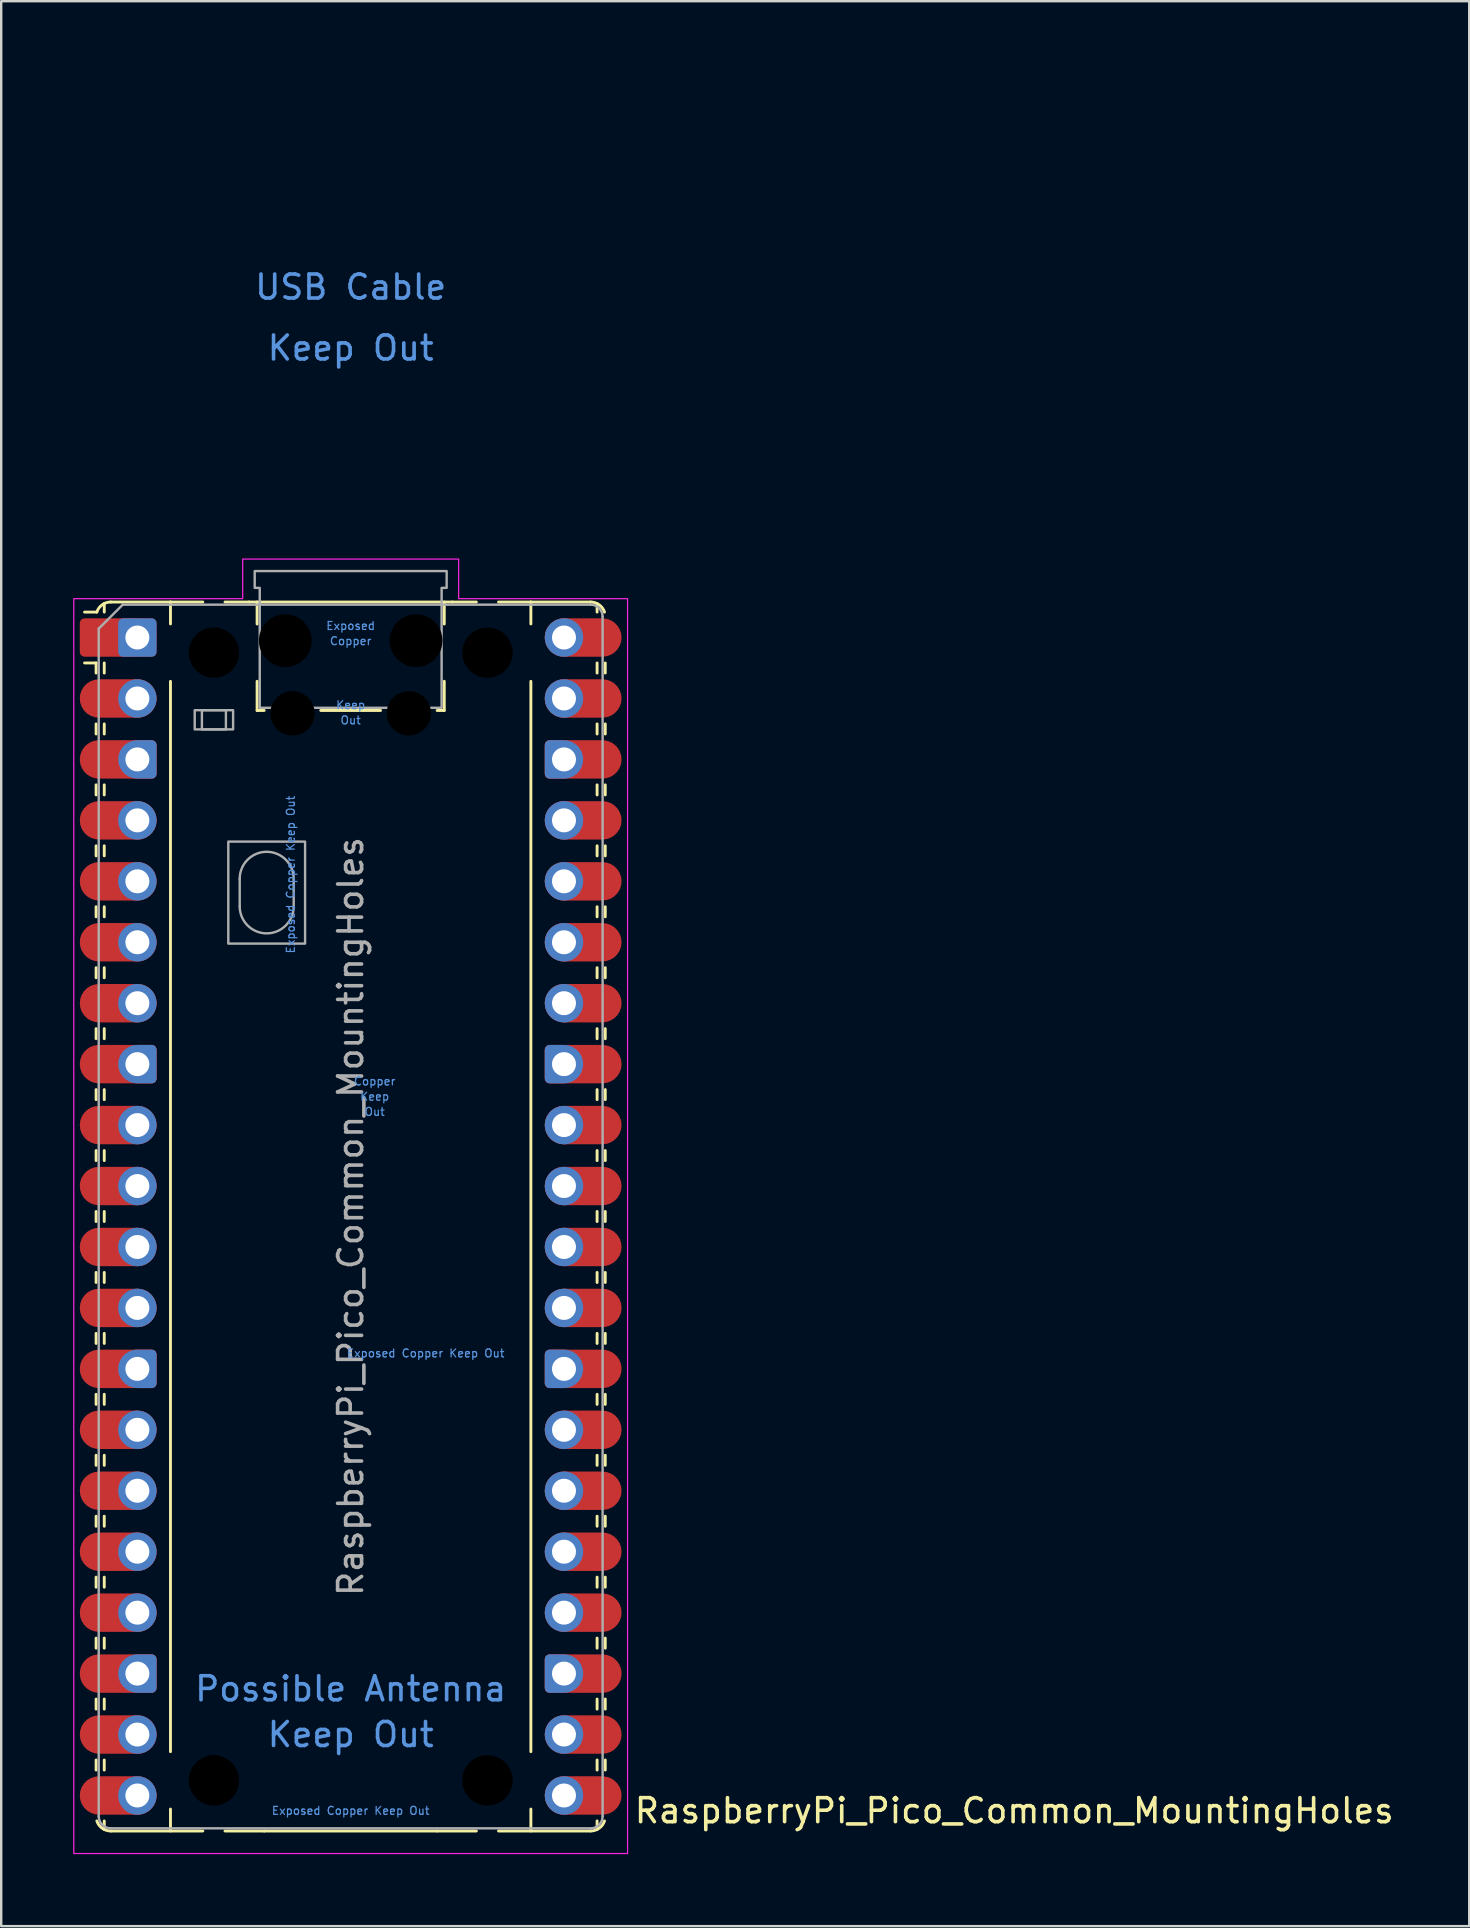
<source format=kicad_pcb>
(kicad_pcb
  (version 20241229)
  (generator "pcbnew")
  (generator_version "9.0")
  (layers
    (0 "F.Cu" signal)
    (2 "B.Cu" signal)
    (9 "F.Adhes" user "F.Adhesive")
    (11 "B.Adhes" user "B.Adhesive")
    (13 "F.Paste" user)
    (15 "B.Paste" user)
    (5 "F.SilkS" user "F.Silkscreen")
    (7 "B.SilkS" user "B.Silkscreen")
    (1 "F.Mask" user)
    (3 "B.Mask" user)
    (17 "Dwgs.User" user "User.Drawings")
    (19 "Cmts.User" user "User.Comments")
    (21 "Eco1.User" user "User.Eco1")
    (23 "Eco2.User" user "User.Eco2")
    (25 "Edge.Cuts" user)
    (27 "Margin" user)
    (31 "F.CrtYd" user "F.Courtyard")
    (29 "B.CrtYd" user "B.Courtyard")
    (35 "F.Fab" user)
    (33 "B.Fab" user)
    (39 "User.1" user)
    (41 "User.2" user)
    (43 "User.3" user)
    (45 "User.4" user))
  (footprint "RaspberryPi_Pico_Common_MountingHoles"
    (layer "F.Cu")
    (at 11.565 47.65)
    (property "Reference" "RaspberryPi_Pico_Common_MountingHoles" (at 11.748 24.765 0) (unlocked yes) (layer "F.SilkS") (effects (font (size 1 1) (thickness 0.15)) (justify left)))
    (attr through_hole)
    (fp_line (start -10.61 -23.07) (end -11.09 -23.07) (stroke (width 0.12) (type solid)) (layer "F.SilkS"))
    (fp_line (start -10.61 -23.07) (end -10.61 -22.65) (stroke (width 0.12) (type solid)) (layer "F.SilkS"))
    (fp_line (start -10.61 -20.53) (end -10.61 -20.11) (stroke (width 0.12) (type solid)) (layer "F.SilkS"))
    (fp_line (start -10.61 -17.99) (end -10.61 -17.57) (stroke (width 0.12) (type solid)) (layer "F.SilkS"))
    (fp_line (start -10.61 -15.45) (end -10.61 -15.03) (stroke (width 0.12) (type solid)) (layer "F.SilkS"))
    (fp_line (start -10.61 -12.91) (end -10.61 -12.49) (stroke (width 0.12) (type solid)) (layer "F.SilkS"))
    (fp_line (start -10.61 -10.37) (end -10.61 -9.95) (stroke (width 0.12) (type solid)) (layer "F.SilkS"))
    (fp_line (start -10.61 -7.83) (end -10.61 -7.41) (stroke (width 0.12) (type solid)) (layer "F.SilkS"))
    (fp_line (start -10.61 -5.29) (end -10.61 -4.87) (stroke (width 0.12) (type solid)) (layer "F.SilkS"))
    (fp_line (start -10.61 -2.75) (end -10.61 -2.33) (stroke (width 0.12) (type solid)) (layer "F.SilkS"))
    (fp_line (start -10.61 -0.21) (end -10.61 0.21) (stroke (width 0.12) (type solid)) (layer "F.SilkS"))
    (fp_line (start -10.61 2.33) (end -10.61 2.75) (stroke (width 0.12) (type solid)) (layer "F.SilkS"))
    (fp_line (start -10.61 4.87) (end -10.61 5.29) (stroke (width 0.12) (type solid)) (layer "F.SilkS"))
    (fp_line (start -10.61 7.41) (end -10.61 7.83) (stroke (width 0.12) (type solid)) (layer "F.SilkS"))
    (fp_line (start -10.61 9.95) (end -10.61 10.37) (stroke (width 0.12) (type solid)) (layer "F.SilkS"))
    (fp_line (start -10.61 12.49) (end -10.61 12.91) (stroke (width 0.12) (type solid)) (layer "F.SilkS"))
    (fp_line (start -10.61 15.03) (end -10.61 15.45) (stroke (width 0.12) (type solid)) (layer "F.SilkS"))
    (fp_line (start -10.61 17.57) (end -10.61 17.99) (stroke (width 0.12) (type solid)) (layer "F.SilkS"))
    (fp_line (start -10.61 20.11) (end -10.61 20.53) (stroke (width 0.12) (type solid)) (layer "F.SilkS"))
    (fp_line (start -10.61 22.65) (end -10.61 23.07) (stroke (width 0.12) (type solid)) (layer "F.SilkS"))
    (fp_line (start -10.58 -25.19) (end -11.09 -25.19) (stroke (width 0.12) (type solid)) (layer "F.SilkS"))
    (fp_line (start -10.27 -25.19) (end -10.27 -25.547) (stroke (width 0.12) (type solid)) (layer "F.SilkS"))
    (fp_line (start -10.27 -23.07) (end -10.27 -22.65) (stroke (width 0.12) (type solid)) (layer "F.SilkS"))
    (fp_line (start -10.27 -20.53) (end -10.27 -20.11) (stroke (width 0.12) (type solid)) (layer "F.SilkS"))
    (fp_line (start -10.27 -17.99) (end -10.27 -17.57) (stroke (width 0.12) (type solid)) (layer "F.SilkS"))
    (fp_line (start -10.27 -15.45) (end -10.27 -15.03) (stroke (width 0.12) (type solid)) (layer "F.SilkS"))
    (fp_line (start -10.27 -12.91) (end -10.27 -12.49) (stroke (width 0.12) (type solid)) (layer "F.SilkS"))
    (fp_line (start -10.27 -10.37) (end -10.27 -9.95) (stroke (width 0.12) (type solid)) (layer "F.SilkS"))
    (fp_line (start -10.27 -7.83) (end -10.27 -7.41) (stroke (width 0.12) (type solid)) (layer "F.SilkS"))
    (fp_line (start -10.27 -5.29) (end -10.27 -4.87) (stroke (width 0.12) (type solid)) (layer "F.SilkS"))
    (fp_line (start -10.27 -2.75) (end -10.27 -2.33) (stroke (width 0.12) (type solid)) (layer "F.SilkS"))
    (fp_line (start -10.27 -0.21) (end -10.27 0.21) (stroke (width 0.12) (type solid)) (layer "F.SilkS"))
    (fp_line (start -10.27 2.33) (end -10.27 2.75) (stroke (width 0.12) (type solid)) (layer "F.SilkS"))
    (fp_line (start -10.27 4.87) (end -10.27 5.29) (stroke (width 0.12) (type solid)) (layer "F.SilkS"))
    (fp_line (start -10.27 7.41) (end -10.27 7.83) (stroke (width 0.12) (type solid)) (layer "F.SilkS"))
    (fp_line (start -10.27 9.95) (end -10.27 10.37) (stroke (width 0.12) (type solid)) (layer "F.SilkS"))
    (fp_line (start -10.27 12.49) (end -10.27 12.91) (stroke (width 0.12) (type solid)) (layer "F.SilkS"))
    (fp_line (start -10.27 15.03) (end -10.27 15.45) (stroke (width 0.12) (type solid)) (layer "F.SilkS"))
    (fp_line (start -10.27 17.57) (end -10.27 17.99) (stroke (width 0.12) (type solid)) (layer "F.SilkS"))
    (fp_line (start -10.27 20.11) (end -10.27 20.53) (stroke (width 0.12) (type solid)) (layer "F.SilkS"))
    (fp_line (start -10.27 22.65) (end -10.27 23.07) (stroke (width 0.12) (type solid)) (layer "F.SilkS"))
    (fp_line (start -10.27 25.19) (end -10.27 25.547) (stroke (width 0.12) (type solid)) (layer "F.SilkS"))
    (fp_line (start -10 -25.61) (end -7.51 -25.61) (stroke (width 0.12) (type solid)) (layer "F.SilkS"))
    (fp_line (start -10 25.61) (end -6.162 25.61) (stroke (width 0.12) (type solid)) (layer "F.SilkS"))
    (fp_line (start -7.51 -25.61) (end -7.51 -24.696) (stroke (width 0.12) (type solid)) (layer "F.SilkS"))
    (fp_line (start -7.51 -25.61) (end -6.162 -25.61) (stroke (width 0.12) (type solid)) (layer "F.SilkS"))
    (fp_line (start -7.51 -22.304) (end -7.51 22.304) (stroke (width 0.12) (type solid)) (layer "F.SilkS"))
    (fp_line (start -7.51 24.696) (end -7.51 25.61) (stroke (width 0.12) (type solid)) (layer "F.SilkS"))
    (fp_line (start -5.238 -25.61) (end -4.235 -25.61) (stroke (width 0.12) (type solid)) (layer "F.SilkS"))
    (fp_line (start -4.235 -25.61) (end 4.235 -25.61) (stroke (width 0.12) (type solid)) (layer "F.SilkS"))
    (fp_line (start -3.9 -25.61) (end -3.9 -24.694) (stroke (width 0.12) (type solid)) (layer "F.SilkS"))
    (fp_line (start -3.9 -22.306) (end -3.9 -21.09) (stroke (width 0.12) (type solid)) (layer "F.SilkS"))
    (fp_line (start -3.9 -21.09) (end -3.604 -21.09) (stroke (width 0.12) (type solid)) (layer "F.SilkS"))
    (fp_line (start -3.6 25.61) (end -5.238 25.61) (stroke (width 0.12) (type solid)) (layer "F.SilkS"))
    (fp_line (start -1.246 -21.09) (end 1.246 -21.09) (stroke (width 0.12) (type solid)) (layer "F.SilkS"))
    (fp_line (start 3.6 25.61) (end -3.6 25.61) (stroke (width 0.12) (type solid)) (layer "F.SilkS"))
    (fp_line (start 3.604 -21.09) (end 3.9 -21.09) (stroke (width 0.12) (type solid)) (layer "F.SilkS"))
    (fp_line (start 3.9 -25.61) (end 3.9 -24.694) (stroke (width 0.12) (type solid)) (layer "F.SilkS"))
    (fp_line (start 3.9 -22.306) (end 3.9 -21.09) (stroke (width 0.12) (type solid)) (layer "F.SilkS"))
    (fp_line (start 4.235 -25.61) (end 5.238 -25.61) (stroke (width 0.12) (type solid)) (layer "F.SilkS"))
    (fp_line (start 5.238 25.61) (end 3.6 25.61) (stroke (width 0.12) (type solid)) (layer "F.SilkS"))
    (fp_line (start 6.162 -25.61) (end 7.51 -25.61) (stroke (width 0.12) (type solid)) (layer "F.SilkS"))
    (fp_line (start 6.162 25.61) (end 10 25.61) (stroke (width 0.12) (type solid)) (layer "F.SilkS"))
    (fp_line (start 7.51 -25.61) (end 7.51 -24.696) (stroke (width 0.12) (type solid)) (layer "F.SilkS"))
    (fp_line (start 7.51 -22.304) (end 7.51 22.304) (stroke (width 0.12) (type solid)) (layer "F.SilkS"))
    (fp_line (start 7.51 24.696) (end 7.51 25.61) (stroke (width 0.12) (type solid)) (layer "F.SilkS"))
    (fp_line (start 10 -25.61) (end 7.51 -25.61) (stroke (width 0.12) (type solid)) (layer "F.SilkS"))
    (fp_line (start 10.27 -25.19) (end 10.27 -25.547) (stroke (width 0.12) (type solid)) (layer "F.SilkS"))
    (fp_line (start 10.27 -23.07) (end 10.27 -22.65) (stroke (width 0.12) (type solid)) (layer "F.SilkS"))
    (fp_line (start 10.27 -20.53) (end 10.27 -20.11) (stroke (width 0.12) (type solid)) (layer "F.SilkS"))
    (fp_line (start 10.27 -17.99) (end 10.27 -17.57) (stroke (width 0.12) (type solid)) (layer "F.SilkS"))
    (fp_line (start 10.27 -15.45) (end 10.27 -15.03) (stroke (width 0.12) (type solid)) (layer "F.SilkS"))
    (fp_line (start 10.27 -12.91) (end 10.27 -12.49) (stroke (width 0.12) (type solid)) (layer "F.SilkS"))
    (fp_line (start 10.27 -10.37) (end 10.27 -9.95) (stroke (width 0.12) (type solid)) (layer "F.SilkS"))
    (fp_line (start 10.27 -7.83) (end 10.27 -7.41) (stroke (width 0.12) (type solid)) (layer "F.SilkS"))
    (fp_line (start 10.27 -5.29) (end 10.27 -4.87) (stroke (width 0.12) (type solid)) (layer "F.SilkS"))
    (fp_line (start 10.27 -2.75) (end 10.27 -2.33) (stroke (width 0.12) (type solid)) (layer "F.SilkS"))
    (fp_line (start 10.27 -0.21) (end 10.27 0.21) (stroke (width 0.12) (type solid)) (layer "F.SilkS"))
    (fp_line (start 10.27 2.33) (end 10.27 2.75) (stroke (width 0.12) (type solid)) (layer "F.SilkS"))
    (fp_line (start 10.27 4.87) (end 10.27 5.29) (stroke (width 0.12) (type solid)) (layer "F.SilkS"))
    (fp_line (start 10.27 7.41) (end 10.27 7.83) (stroke (width 0.12) (type solid)) (layer "F.SilkS"))
    (fp_line (start 10.27 9.95) (end 10.27 10.37) (stroke (width 0.12) (type solid)) (layer "F.SilkS"))
    (fp_line (start 10.27 12.49) (end 10.27 12.91) (stroke (width 0.12) (type solid)) (layer "F.SilkS"))
    (fp_line (start 10.27 15.03) (end 10.27 15.45) (stroke (width 0.12) (type solid)) (layer "F.SilkS"))
    (fp_line (start 10.27 17.57) (end 10.27 17.99) (stroke (width 0.12) (type solid)) (layer "F.SilkS"))
    (fp_line (start 10.27 20.11) (end 10.27 20.53) (stroke (width 0.12) (type solid)) (layer "F.SilkS"))
    (fp_line (start 10.27 22.65) (end 10.27 23.07) (stroke (width 0.12) (type solid)) (layer "F.SilkS"))
    (fp_line (start 10.27 25.19) (end 10.27 25.547) (stroke (width 0.12) (type solid)) (layer "F.SilkS"))
    (fp_line (start 10.61 -23.07) (end 10.61 -22.65) (stroke (width 0.12) (type solid)) (layer "F.SilkS"))
    (fp_line (start 10.61 -20.53) (end 10.61 -20.11) (stroke (width 0.12) (type solid)) (layer "F.SilkS"))
    (fp_line (start 10.61 -17.99) (end 10.61 -17.57) (stroke (width 0.12) (type solid)) (layer "F.SilkS"))
    (fp_line (start 10.61 -15.45) (end 10.61 -15.03) (stroke (width 0.12) (type solid)) (layer "F.SilkS"))
    (fp_line (start 10.61 -12.91) (end 10.61 -12.49) (stroke (width 0.12) (type solid)) (layer "F.SilkS"))
    (fp_line (start 10.61 -10.37) (end 10.61 -9.95) (stroke (width 0.12) (type solid)) (layer "F.SilkS"))
    (fp_line (start 10.61 -7.83) (end 10.61 -7.41) (stroke (width 0.12) (type solid)) (layer "F.SilkS"))
    (fp_line (start 10.61 -5.29) (end 10.61 -4.87) (stroke (width 0.12) (type solid)) (layer "F.SilkS"))
    (fp_line (start 10.61 -2.75) (end 10.61 -2.33) (stroke (width 0.12) (type solid)) (layer "F.SilkS"))
    (fp_line (start 10.61 -0.21) (end 10.61 0.21) (stroke (width 0.12) (type solid)) (layer "F.SilkS"))
    (fp_line (start 10.61 2.33) (end 10.61 2.75) (stroke (width 0.12) (type solid)) (layer "F.SilkS"))
    (fp_line (start 10.61 4.87) (end 10.61 5.29) (stroke (width 0.12) (type solid)) (layer "F.SilkS"))
    (fp_line (start 10.61 7.41) (end 10.61 7.83) (stroke (width 0.12) (type solid)) (layer "F.SilkS"))
    (fp_line (start 10.61 9.95) (end 10.61 10.37) (stroke (width 0.12) (type solid)) (layer "F.SilkS"))
    (fp_line (start 10.61 12.49) (end 10.61 12.91) (stroke (width 0.12) (type solid)) (layer "F.SilkS"))
    (fp_line (start 10.61 15.03) (end 10.61 15.45) (stroke (width 0.12) (type solid)) (layer "F.SilkS"))
    (fp_line (start 10.61 17.57) (end 10.61 17.99) (stroke (width 0.12) (type solid)) (layer "F.SilkS"))
    (fp_line (start 10.61 20.11) (end 10.61 20.53) (stroke (width 0.12) (type solid)) (layer "F.SilkS"))
    (fp_line (start 10.61 22.65) (end 10.61 23.07) (stroke (width 0.12) (type solid)) (layer "F.SilkS"))
    (fp_arc (start -10.579676 -25.19) (mid -10.357938 -25.493944) (end -10 -25.61) (stroke (width 0.12) (type solid)) (layer "F.SilkS"))
    (fp_arc (start -10 25.61) (mid -10.357937 25.493944) (end -10.579676 25.189937) (stroke (width 0.12) (type solid)) (layer "F.SilkS"))
    (fp_arc (start 10 -25.61) (mid 10.357937 -25.493944) (end 10.579676 -25.189937) (stroke (width 0.12) (type solid)) (layer "F.SilkS"))
    (fp_arc (start 10.579676 25.189937) (mid 10.357946 25.493957) (end 10 25.61) (stroke (width 0.12) (type solid)) (layer "F.SilkS"))
    (fp_poly (pts (xy -4.5 -27.4) (xy 4.5 -27.4) (xy 4.5 -25.75) (xy 11.54 -25.75) (xy 11.54 26.55) (xy -11.54 26.55) (xy -11.54 -25.75) (xy -4.5 -25.75)) (stroke (width 0.05) (type solid)) (fill no) (layer "F.CrtYd"))
    (fp_line (start -10.5 -24.5) (end -9.5 -25.5) (stroke (width 0.1) (type solid)) (layer "F.Fab"))
    (fp_line (start -10.5 25) (end -10.5 -24.5) (stroke (width 0.1) (type solid)) (layer "F.Fab"))
    (fp_line (start -9.5 -25.5) (end 10 -25.5) (stroke (width 0.1) (type solid)) (layer "F.Fab"))
    (fp_line (start -4.625 -14.075) (end -4.625 -12.925) (stroke (width 0.1) (type solid)) (layer "F.Fab"))
    (fp_line (start -2.375 -14.075) (end -2.375 -12.925) (stroke (width 0.1) (type solid)) (layer "F.Fab"))
    (fp_line (start 10 25.5) (end -10 25.5) (stroke (width 0.1) (type solid)) (layer "F.Fab"))
    (fp_line (start 10.5 -25) (end 10.5 25) (stroke (width 0.1) (type solid)) (layer "F.Fab"))
    (fp_rect (start -6.5 -21.1) (end -4.9 -20.3) (stroke (width 0.1) (type solid)) (fill no) (layer "F.Fab"))
    (fp_rect (start -6.2 -21.1) (end -5.2 -20.3) (stroke (width 0.1) (type solid)) (fill no) (layer "F.Fab"))
    (fp_rect (start -5.1 -15.625) (end -1.9 -11.375) (stroke (width 0.1) (type solid)) (fill no) (layer "F.Fab"))
    (fp_arc (start -10 25.5) (mid -10.353553 25.353553) (end -10.5 25) (stroke (width 0.1) (type solid)) (layer "F.Fab"))
    (fp_arc (start -4.625 -14.075) (mid -3.5 -15.2) (end -2.375 -14.075) (stroke (width 0.1) (type solid)) (layer "F.Fab"))
    (fp_arc (start -2.375 -12.925) (mid -3.5 -11.8) (end -4.625 -12.925) (stroke (width 0.1) (type solid)) (layer "F.Fab"))
    (fp_arc (start 10 -25.5) (mid 10.353553 -25.353553) (end 10.5 -25) (stroke (width 0.1) (type solid)) (layer "F.Fab"))
    (fp_arc (start 10.5 25) (mid 10.353553 25.353553) (end 10 25.5) (stroke (width 0.1) (type solid)) (layer "F.Fab"))
    (fp_poly (pts (xy 3.79 -21.2) (xy 3.79 -26.2) (xy 4 -26.2) (xy 4 -26.9) (xy -4 -26.9) (xy -4 -26.2) (xy -3.79 -26.2) (xy -3.79 -21.2)) (stroke (width 0.1) (type solid)) (fill no) (layer "F.Fab"))
    (fp_text user "USB Cable" (at 0 -38.735 0) (unlocked yes) (layer "Cmts.User") (effects (font (size 1 1) (thickness 0.15))))
    (fp_text user "Out" (at 1 -4.365 0) (unlocked yes) (layer "Cmts.User") (effects (font (size 0.333 0.333) (thickness 0.05))))
    (fp_text user "Keep" (at 0 -21.317 0) (unlocked yes) (layer "Cmts.User") (effects (font (size 0.333 0.333) (thickness 0.05))))
    (fp_text user "Out" (at 0 -20.683 0) (unlocked yes) (layer "Cmts.User") (effects (font (size 0.333 0.333) (thickness 0.05))))
    (fp_text user "Copper" (at 0 -23.983 0) (unlocked yes) (layer "Cmts.User") (effects (font (size 0.333 0.333) (thickness 0.05))))
    (fp_text user "Exposed" (at 0 -24.617 0) (unlocked yes) (layer "Cmts.User") (effects (font (size 0.333 0.333) (thickness 0.05))))
    (fp_text user "Copper" (at 1 -5.635 0) (unlocked yes) (layer "Cmts.User") (effects (font (size 0.333 0.333) (thickness 0.05))))
    (fp_text user "Exposed Copper Keep Out" (at 3.124 5.7 0) (unlocked yes) (layer "Cmts.User") (effects (font (size 0.333 0.333) (thickness 0.05))))
    (fp_text user "Exposed Copper Keep Out" (at -2.5 -14.25 90) (unlocked yes) (layer "Cmts.User") (effects (font (size 0.333 0.333) (thickness 0.05))))
    (fp_text user "Keep Out" (at 0 -36.195 0) (unlocked yes) (layer "Cmts.User") (effects (font (size 1 1) (thickness 0.15))))
    (fp_text user "Keep Out" (at 0 21.59 0) (unlocked yes) (layer "Cmts.User") (effects (font (size 1 1) (thickness 0.15))))
    (fp_text user "Exposed Copper Keep Out" (at 0 24.765 0) (unlocked yes) (layer "Cmts.User") (effects (font (size 0.333 0.333) (thickness 0.05))))
    (fp_text user "Possible Antenna" (at 0 19.685 0) (unlocked yes) (layer "Cmts.User") (effects (font (size 1 1) (thickness 0.15))))
    (fp_text user "Keep" (at 1 -5 0) (unlocked yes) (layer "Cmts.User") (effects (font (size 0.333 0.333) (thickness 0.05))))
    (fp_text user "${REFERENCE}" (at 0 0 90) (layer "F.Fab") (effects (font (size 1 1) (thickness 0.15))))
    (pad "" np_thru_hole circle (at -5.7 -23.5) (size 3.8 3.8) (drill 2.1) (layers "*.Mask"))
    (pad "" np_thru_hole circle (at -5.7 23.5) (size 3.8 3.8) (drill 2.1) (layers "*.Mask"))
    (pad "" np_thru_hole circle (at -2.725 -24) (size 2.2 2.2) (drill 2.2) (layers "*.Mask"))
    (pad "" np_thru_hole circle (at -2.425 -20.97) (size 1.85 1.85) (drill 1.85) (layers "*.Mask"))
    (pad "" np_thru_hole circle (at 2.425 -20.97) (size 1.85 1.85) (drill 1.85) (layers "*.Mask"))
    (pad "" np_thru_hole circle (at 2.725 -24) (size 2.2 2.2) (drill 2.2) (layers "*.Mask"))
    (pad "" np_thru_hole circle (at 5.7 -23.5) (size 3.8 3.8) (drill 2.1) (layers "*.Mask"))
    (pad "" np_thru_hole circle (at 5.7 23.5) (size 3.8 3.8) (drill 2.1) (layers "*.Mask"))
    (pad "1" thru_hole roundrect (at -8.89 -24.13) (size 1.6 1.6) (drill 1) (layers "*.Cu" "*.Mask") (roundrect_rratio 0.125))
    (pad "1" smd custom (at -8.89 -24.13) (size 1.6 1.6) (layers "F.Cu" "F.Mask") (options (anchor circle)) (primitives (gr_poly (pts (xy -2.4 0.6) (xy -2.4 -0.6) (xy -2.2 -0.8) (xy 0 -0.8) (xy 0 0.8) (xy -2.2 0.8)) (width 0) (fill yes)) (gr_circle (center -2.2 0.6) (end -2 0.6) (width 0) (fill yes)) (gr_circle (center -2.2 -0.6) (end -2 -0.6) (width 0) (fill yes))))
    (pad "2" thru_hole circle (at -8.89 -21.59) (size 1.6 1.6) (drill 1) (layers "*.Cu" "*.Mask"))
    (pad "2" smd roundrect (at -8.89 -21.59) (size 3.2 1.6) (drill (offset -0.8 0)) (layers "F.Cu" "F.Mask") (roundrect_rratio 0.5))
    (pad "3" smd custom (at -8.89 -19.05) (size 1.6 1.6) (layers "F.Cu" "F.Mask") (options (anchor circle)) (primitives (gr_poly (pts (xy 0.8 -0.6) (xy 0.8 0.6) (xy 0.6 0.8) (xy -1.6 0.8) (xy -1.6 -0.8) (xy 0.6 -0.8)) (width 0) (fill yes)) (gr_circle (center 0.6 0.6) (end 0.8 0.6) (width 0) (fill yes)) (gr_circle (center 0.6 -0.6) (end 0.8 -0.6) (width 0) (fill yes)) (gr_circle (center -1.6 0) (end -0.8 0) (width 0) (fill yes))))
    (pad "3" thru_hole custom (at -8.89 -19.05) (size 1.6 1.6) (drill 1) (layers "*.Cu" "*.Mask") (options (anchor circle)) (primitives (gr_poly (pts (xy 0.8 0.6) (xy 0.8 -0.6) (xy 0.6 -0.8) (xy 0 -0.8) (xy 0 0.8) (xy 0.6 0.8)) (width 0) (fill yes)) (gr_circle (center 0.6 0.6) (end 0.8 0.6) (width 0) (fill yes)) (gr_circle (center 0.6 -0.6) (end 0.8 -0.6) (width 0) (fill yes))))
    (pad "4" thru_hole circle (at -8.89 -16.51) (size 1.6 1.6) (drill 1) (layers "*.Cu" "*.Mask"))
    (pad "4" smd roundrect (at -8.89 -16.51) (size 3.2 1.6) (drill (offset -0.8 0)) (layers "F.Cu" "F.Mask") (roundrect_rratio 0.5))
    (pad "5" thru_hole circle (at -8.89 -13.97) (size 1.6 1.6) (drill 1) (layers "*.Cu" "*.Mask"))
    (pad "5" smd roundrect (at -8.89 -13.97) (size 3.2 1.6) (drill (offset -0.8 0)) (layers "F.Cu" "F.Mask") (roundrect_rratio 0.5))
    (pad "6" thru_hole circle (at -8.89 -11.43) (size 1.6 1.6) (drill 1) (layers "*.Cu" "*.Mask"))
    (pad "6" smd roundrect (at -8.89 -11.43) (size 3.2 1.6) (drill (offset -0.8 0)) (layers "F.Cu" "F.Mask") (roundrect_rratio 0.5))
    (pad "7" thru_hole circle (at -8.89 -8.89) (size 1.6 1.6) (drill 1) (layers "*.Cu" "*.Mask"))
    (pad "7" smd roundrect (at -8.89 -8.89) (size 3.2 1.6) (drill (offset -0.8 0)) (layers "F.Cu" "F.Mask") (roundrect_rratio 0.5))
    (pad "8" smd custom (at -8.89 -6.35) (size 1.6 1.6) (layers "F.Cu" "F.Mask") (options (anchor circle)) (primitives (gr_poly (pts (xy 0.8 -0.6) (xy 0.8 0.6) (xy 0.6 0.8) (xy -1.6 0.8) (xy -1.6 -0.8) (xy 0.6 -0.8)) (width 0) (fill yes)) (gr_circle (center 0.6 0.6) (end 0.8 0.6) (width 0) (fill yes)) (gr_circle (center 0.6 -0.6) (end 0.8 -0.6) (width 0) (fill yes)) (gr_circle (center -1.6 0) (end -0.8 0) (width 0) (fill yes))))
    (pad "8" thru_hole custom (at -8.89 -6.35) (size 1.6 1.6) (drill 1) (layers "*.Cu" "*.Mask") (options (anchor circle)) (primitives (gr_poly (pts (xy 0.8 0.6) (xy 0.8 -0.6) (xy 0.6 -0.8) (xy 0 -0.8) (xy 0 0.8) (xy 0.6 0.8)) (width 0) (fill yes)) (gr_circle (center 0.6 0.6) (end 0.8 0.6) (width 0) (fill yes)) (gr_circle (center 0.6 -0.6) (end 0.8 -0.6) (width 0) (fill yes))))
    (pad "9" thru_hole circle (at -8.89 -3.81) (size 1.6 1.6) (drill 1) (layers "*.Cu" "*.Mask"))
    (pad "9" smd roundrect (at -8.89 -3.81) (size 3.2 1.6) (drill (offset -0.8 0)) (layers "F.Cu" "F.Mask") (roundrect_rratio 0.5))
    (pad "10" thru_hole circle (at -8.89 -1.27) (size 1.6 1.6) (drill 1) (layers "*.Cu" "*.Mask"))
    (pad "10" smd roundrect (at -8.89 -1.27) (size 3.2 1.6) (drill (offset -0.8 0)) (layers "F.Cu" "F.Mask") (roundrect_rratio 0.5))
    (pad "11" thru_hole circle (at -8.89 1.27) (size 1.6 1.6) (drill 1) (layers "*.Cu" "*.Mask"))
    (pad "11" smd roundrect (at -8.89 1.27) (size 3.2 1.6) (drill (offset -0.8 0)) (layers "F.Cu" "F.Mask") (roundrect_rratio 0.5))
    (pad "12" thru_hole circle (at -8.89 3.81) (size 1.6 1.6) (drill 1) (layers "*.Cu" "*.Mask"))
    (pad "12" smd roundrect (at -8.89 3.81) (size 3.2 1.6) (drill (offset -0.8 0)) (layers "F.Cu" "F.Mask") (roundrect_rratio 0.5))
    (pad "13" smd custom (at -8.89 6.35) (size 1.6 1.6) (layers "F.Cu" "F.Mask") (options (anchor circle)) (primitives (gr_poly (pts (xy 0.8 -0.6) (xy 0.8 0.6) (xy 0.6 0.8) (xy -1.6 0.8) (xy -1.6 -0.8) (xy 0.6 -0.8)) (width 0) (fill yes)) (gr_circle (center 0.6 0.6) (end 0.8 0.6) (width 0) (fill yes)) (gr_circle (center 0.6 -0.6) (end 0.8 -0.6) (width 0) (fill yes)) (gr_circle (center -1.6 0) (end -0.8 0) (width 0) (fill yes))))
    (pad "13" thru_hole custom (at -8.89 6.35) (size 1.6 1.6) (drill 1) (layers "*.Cu" "*.Mask") (options (anchor circle)) (primitives (gr_poly (pts (xy 0.8 0.6) (xy 0.8 -0.6) (xy 0.6 -0.8) (xy 0 -0.8) (xy 0 0.8) (xy 0.6 0.8)) (width 0) (fill yes)) (gr_circle (center 0.6 0.6) (end 0.8 0.6) (width 0) (fill yes)) (gr_circle (center 0.6 -0.6) (end 0.8 -0.6) (width 0) (fill yes))))
    (pad "14" thru_hole circle (at -8.89 8.89) (size 1.6 1.6) (drill 1) (layers "*.Cu" "*.Mask"))
    (pad "14" smd roundrect (at -8.89 8.89) (size 3.2 1.6) (drill (offset -0.8 0)) (layers "F.Cu" "F.Mask") (roundrect_rratio 0.5))
    (pad "15" thru_hole circle (at -8.89 11.43) (size 1.6 1.6) (drill 1) (layers "*.Cu" "*.Mask"))
    (pad "15" smd roundrect (at -8.89 11.43) (size 3.2 1.6) (drill (offset -0.8 0)) (layers "F.Cu" "F.Mask") (roundrect_rratio 0.5))
    (pad "16" thru_hole circle (at -8.89 13.97) (size 1.6 1.6) (drill 1) (layers "*.Cu" "*.Mask"))
    (pad "16" smd roundrect (at -8.89 13.97) (size 3.2 1.6) (drill (offset -0.8 0)) (layers "F.Cu" "F.Mask") (roundrect_rratio 0.5))
    (pad "17" thru_hole circle (at -8.89 16.51) (size 1.6 1.6) (drill 1) (layers "*.Cu" "*.Mask"))
    (pad "17" smd roundrect (at -8.89 16.51) (size 3.2 1.6) (drill (offset -0.8 0)) (layers "F.Cu" "F.Mask") (roundrect_rratio 0.5))
    (pad "18" smd custom (at -8.89 19.05) (size 1.6 1.6) (layers "F.Cu" "F.Mask") (options (anchor circle)) (primitives (gr_poly (pts (xy 0.8 -0.6) (xy 0.8 0.6) (xy 0.6 0.8) (xy -1.6 0.8) (xy -1.6 -0.8) (xy 0.6 -0.8)) (width 0) (fill yes)) (gr_circle (center 0.6 0.6) (end 0.8 0.6) (width 0) (fill yes)) (gr_circle (center 0.6 -0.6) (end 0.8 -0.6) (width 0) (fill yes)) (gr_circle (center -1.6 0) (end -0.8 0) (width 0) (fill yes))))
    (pad "18" thru_hole custom (at -8.89 19.05) (size 1.6 1.6) (drill 1) (layers "*.Cu" "*.Mask") (options (anchor circle)) (primitives (gr_poly (pts (xy 0.8 0.6) (xy 0.8 -0.6) (xy 0.6 -0.8) (xy 0 -0.8) (xy 0 0.8) (xy 0.6 0.8)) (width 0) (fill yes)) (gr_circle (center 0.6 0.6) (end 0.8 0.6) (width 0) (fill yes)) (gr_circle (center 0.6 -0.6) (end 0.8 -0.6) (width 0) (fill yes))))
    (pad "19" thru_hole circle (at -8.89 21.59) (size 1.6 1.6) (drill 1) (layers "*.Cu" "*.Mask"))
    (pad "19" smd roundrect (at -8.89 21.59) (size 3.2 1.6) (drill (offset -0.8 0)) (layers "F.Cu" "F.Mask") (roundrect_rratio 0.5))
    (pad "20" thru_hole circle (at -8.89 24.13) (size 1.6 1.6) (drill 1) (layers "*.Cu" "*.Mask"))
    (pad "20" smd roundrect (at -8.89 24.13) (size 3.2 1.6) (drill (offset -0.8 0)) (layers "F.Cu" "F.Mask") (roundrect_rratio 0.5))
    (pad "21" thru_hole circle (at 8.89 24.13) (size 1.6 1.6) (drill 1) (layers "*.Cu" "*.Mask"))
    (pad "21" smd roundrect (at 8.89 24.13) (size 3.2 1.6) (drill (offset 0.8 0)) (layers "F.Cu" "F.Mask") (roundrect_rratio 0.5))
    (pad "22" thru_hole circle (at 8.89 21.59) (size 1.6 1.6) (drill 1) (layers "*.Cu" "*.Mask"))
    (pad "22" smd roundrect (at 8.89 21.59) (size 3.2 1.6) (drill (offset 0.8 0)) (layers "F.Cu" "F.Mask") (roundrect_rratio 0.5))
    (pad "23" smd custom (at 8.89 19.05) (size 1.6 1.6) (layers "F.Cu" "F.Mask") (options (anchor circle)) (primitives (gr_poly (pts (xy -0.8 -0.6) (xy -0.8 0.6) (xy -0.6 0.8) (xy 1.6 0.8) (xy 1.6 -0.8) (xy -0.6 -0.8)) (width 0) (fill yes)) (gr_circle (center -0.6 0.6) (end -0.4 0.6) (width 0) (fill yes)) (gr_circle (center -0.6 -0.6) (end -0.4 -0.6) (width 0) (fill yes)) (gr_circle (center 1.6 0) (end 2.4 0) (width 0) (fill yes))))
    (pad "23" thru_hole custom (at 8.89 19.05) (size 1.6 1.6) (drill 1) (layers "*.Cu" "*.Mask") (options (anchor circle)) (primitives (gr_poly (pts (xy -0.8 0.6) (xy -0.8 -0.6) (xy -0.6 -0.8) (xy 0 -0.8) (xy 0 0.8) (xy -0.6 0.8)) (width 0) (fill yes)) (gr_circle (center -0.6 0.6) (end -0.4 0.6) (width 0) (fill yes)) (gr_circle (center -0.6 -0.6) (end -0.4 -0.6) (width 0) (fill yes))))
    (pad "24" thru_hole circle (at 8.89 16.51) (size 1.6 1.6) (drill 1) (layers "*.Cu" "*.Mask"))
    (pad "24" smd roundrect (at 8.89 16.51) (size 3.2 1.6) (drill (offset 0.8 0)) (layers "F.Cu" "F.Mask") (roundrect_rratio 0.5))
    (pad "25" thru_hole circle (at 8.89 13.97) (size 1.6 1.6) (drill 1) (layers "*.Cu" "*.Mask"))
    (pad "25" smd roundrect (at 8.89 13.97) (size 3.2 1.6) (drill (offset 0.8 0)) (layers "F.Cu" "F.Mask") (roundrect_rratio 0.5))
    (pad "26" thru_hole circle (at 8.89 11.43) (size 1.6 1.6) (drill 1) (layers "*.Cu" "*.Mask"))
    (pad "26" smd roundrect (at 8.89 11.43) (size 3.2 1.6) (drill (offset 0.8 0)) (layers "F.Cu" "F.Mask") (roundrect_rratio 0.5))
    (pad "27" thru_hole circle (at 8.89 8.89) (size 1.6 1.6) (drill 1) (layers "*.Cu" "*.Mask"))
    (pad "27" smd roundrect (at 8.89 8.89) (size 3.2 1.6) (drill (offset 0.8 0)) (layers "F.Cu" "F.Mask") (roundrect_rratio 0.5))
    (pad "28" smd custom (at 8.89 6.35) (size 1.6 1.6) (layers "F.Cu" "F.Mask") (options (anchor circle)) (primitives (gr_poly (pts (xy -0.8 -0.6) (xy -0.8 0.6) (xy -0.6 0.8) (xy 1.6 0.8) (xy 1.6 -0.8) (xy -0.6 -0.8)) (width 0) (fill yes)) (gr_circle (center -0.6 0.6) (end -0.4 0.6) (width 0) (fill yes)) (gr_circle (center -0.6 -0.6) (end -0.4 -0.6) (width 0) (fill yes)) (gr_circle (center 1.6 0) (end 2.4 0) (width 0) (fill yes))))
    (pad "28" thru_hole custom (at 8.89 6.35) (size 1.6 1.6) (drill 1) (layers "*.Cu" "*.Mask") (options (anchor circle)) (primitives (gr_poly (pts (xy -0.8 0.6) (xy -0.8 -0.6) (xy -0.6 -0.8) (xy 0 -0.8) (xy 0 0.8) (xy -0.6 0.8)) (width 0) (fill yes)) (gr_circle (center -0.6 0.6) (end -0.4 0.6) (width 0) (fill yes)) (gr_circle (center -0.6 -0.6) (end -0.4 -0.6) (width 0) (fill yes))))
    (pad "29" thru_hole circle (at 8.89 3.81) (size 1.6 1.6) (drill 1) (layers "*.Cu" "*.Mask"))
    (pad "29" smd roundrect (at 8.89 3.81) (size 3.2 1.6) (drill (offset 0.8 0)) (layers "F.Cu" "F.Mask") (roundrect_rratio 0.5))
    (pad "30" thru_hole circle (at 8.89 1.27) (size 1.6 1.6) (drill 1) (layers "*.Cu" "*.Mask"))
    (pad "30" smd roundrect (at 8.89 1.27) (size 3.2 1.6) (drill (offset 0.8 0)) (layers "F.Cu" "F.Mask") (roundrect_rratio 0.5))
    (pad "31" thru_hole circle (at 8.89 -1.27) (size 1.6 1.6) (drill 1) (layers "*.Cu" "*.Mask"))
    (pad "31" smd roundrect (at 8.89 -1.27) (size 3.2 1.6) (drill (offset 0.8 0)) (layers "F.Cu" "F.Mask") (roundrect_rratio 0.5))
    (pad "32" thru_hole circle (at 8.89 -3.81) (size 1.6 1.6) (drill 1) (layers "*.Cu" "*.Mask"))
    (pad "32" smd roundrect (at 8.89 -3.81) (size 3.2 1.6) (drill (offset 0.8 0)) (layers "F.Cu" "F.Mask") (roundrect_rratio 0.5))
    (pad "33" smd custom (at 8.89 -6.35) (size 1.6 1.6) (layers "F.Cu" "F.Mask") (options (anchor circle)) (primitives (gr_poly (pts (xy -0.8 -0.6) (xy -0.8 0.6) (xy -0.6 0.8) (xy 1.6 0.8) (xy 1.6 -0.8) (xy -0.6 -0.8)) (width 0) (fill yes)) (gr_circle (center -0.6 0.6) (end -0.4 0.6) (width 0) (fill yes)) (gr_circle (center -0.6 -0.6) (end -0.4 -0.6) (width 0) (fill yes)) (gr_circle (center 1.6 0) (end 2.4 0) (width 0) (fill yes))))
    (pad "33" thru_hole custom (at 8.89 -6.35) (size 1.6 1.6) (drill 1) (layers "*.Cu" "*.Mask") (options (anchor circle)) (primitives (gr_poly (pts (xy -0.8 0.6) (xy -0.8 -0.6) (xy -0.6 -0.8) (xy 0 -0.8) (xy 0 0.8) (xy -0.6 0.8)) (width 0) (fill yes)) (gr_circle (center -0.6 0.6) (end -0.4 0.6) (width 0) (fill yes)) (gr_circle (center -0.6 -0.6) (end -0.4 -0.6) (width 0) (fill yes))))
    (pad "34" thru_hole circle (at 8.89 -8.89) (size 1.6 1.6) (drill 1) (layers "*.Cu" "*.Mask"))
    (pad "34" smd roundrect (at 8.89 -8.89) (size 3.2 1.6) (drill (offset 0.8 0)) (layers "F.Cu" "F.Mask") (roundrect_rratio 0.5))
    (pad "35" thru_hole circle (at 8.89 -11.43) (size 1.6 1.6) (drill 1) (layers "*.Cu" "*.Mask"))
    (pad "35" smd roundrect (at 8.89 -11.43) (size 3.2 1.6) (drill (offset 0.8 0)) (layers "F.Cu" "F.Mask") (roundrect_rratio 0.5))
    (pad "36" thru_hole circle (at 8.89 -13.97) (size 1.6 1.6) (drill 1) (layers "*.Cu" "*.Mask"))
    (pad "36" smd roundrect (at 8.89 -13.97) (size 3.2 1.6) (drill (offset 0.8 0)) (layers "F.Cu" "F.Mask") (roundrect_rratio 0.5))
    (pad "37" thru_hole circle (at 8.89 -16.51) (size 1.6 1.6) (drill 1) (layers "*.Cu" "*.Mask"))
    (pad "37" smd roundrect (at 8.89 -16.51) (size 3.2 1.6) (drill (offset 0.8 0)) (layers "F.Cu" "F.Mask") (roundrect_rratio 0.5))
    (pad "38" smd custom (at 8.89 -19.05) (size 1.6 1.6) (layers "F.Cu" "F.Mask") (options (anchor circle)) (primitives (gr_poly (pts (xy -0.8 -0.6) (xy -0.8 0.6) (xy -0.6 0.8) (xy 1.6 0.8) (xy 1.6 -0.8) (xy -0.6 -0.8)) (width 0) (fill yes)) (gr_circle (center -0.6 0.6) (end -0.4 0.6) (width 0) (fill yes)) (gr_circle (center -0.6 -0.6) (end -0.4 -0.6) (width 0) (fill yes)) (gr_circle (center 1.6 0) (end 2.4 0) (width 0) (fill yes))))
    (pad "38" thru_hole custom (at 8.89 -19.05) (size 1.6 1.6) (drill 1) (layers "*.Cu" "*.Mask") (options (anchor circle)) (primitives (gr_poly (pts (xy -0.8 0.6) (xy -0.8 -0.6) (xy -0.6 -0.8) (xy 0 -0.8) (xy 0 0.8) (xy -0.6 0.8)) (width 0) (fill yes)) (gr_circle (center -0.6 0.6) (end -0.4 0.6) (width 0) (fill yes)) (gr_circle (center -0.6 -0.6) (end -0.4 -0.6) (width 0) (fill yes))))
    (pad "39" thru_hole circle (at 8.89 -21.59) (size 1.6 1.6) (drill 1) (layers "*.Cu" "*.Mask"))
    (pad "39" smd roundrect (at 8.89 -21.59) (size 3.2 1.6) (drill (offset 0.8 0)) (layers "F.Cu" "F.Mask") (roundrect_rratio 0.5))
    (pad "40" thru_hole circle (at 8.89 -24.13) (size 1.6 1.6) (drill 1) (layers "*.Cu" "*.Mask"))
    (pad "40" smd roundrect (at 8.89 -24.13) (size 3.2 1.6) (drill (offset 0.8 0)) (layers "F.Cu" "F.Mask") (roundrect_rratio 0.5))
    (zone (net_name "") (layers "F.Cu" "B.Cu" "F.Paste" "B.Paste") (name "Antenna Copper Keep Out") (hatch full 0.5) (connect_pads) (min_thickness 0.254) (filled_areas_thickness no) (keepout (tracks not_allowed) (vias not_allowed) (pads not_allowed) (copperpour not_allowed) (footprints allowed)) (placement (enabled no)) (fill) (polygon (pts (xy 9.165 72.64) (xy 4.465 68.99) (xy 4.465 64.65) (xy 18.665 64.65) (xy 18.665 68.99) (xy 13.965 72.64) (xy 13.965 73.65) (xy 9.165 73.65))))
    (zone (net_name "") (layers "F.Cu" "F.Paste") (name "Pad Keep Out D1-W") (hatch full 0.5) (connect_pads) (min_thickness 0.25) (filled_areas_thickness no) (keepout (tracks not_allowed) (vias not_allowed) (pads not_allowed) (copperpour not_allowed) (footprints allowed)) (placement (enabled no)) (fill) (polygon (pts (xy 11.194 52.45) (xy 11.249 52.395) (xy 11.322 52.365) (xy 11.362 52.363) (xy 12.149 52.363) (xy 12.149 54.337) (xy 11.362 54.337) (xy 11.322 54.335) (xy 11.249 54.305) (xy 11.194 54.25) (xy 11.164 54.177) (xy 11.162 54.137) (xy 11.162 52.563) (xy 11.164 52.523))))
    (zone (net_name "") (layers "F.Cu" "F.Paste") (name "Pad Keep Out D1-W") (hatch full 0.5) (connect_pads) (min_thickness 0.25) (filled_areas_thickness no) (keepout (tracks not_allowed) (vias not_allowed) (pads not_allowed) (copperpour not_allowed) (footprints allowed)) (placement (enabled no)) (fill) (polygon (pts (xy 12.937 54.337) (xy 12.149 54.337) (xy 12.149 52.363) (xy 12.937 52.363) (xy 12.976 52.365) (xy 13.049 52.395) (xy 13.104 52.45) (xy 13.135 52.523) (xy 13.136 52.563) (xy 13.136 54.137) (xy 13.135 54.177) (xy 13.104 54.25) (xy 13.049 54.305) (xy 12.976 54.335))))
    (zone (net_name "") (layers "F.Cu" "F.Paste") (name "Pad Keep Out TP6") (hatch full 0.5) (connect_pads) (min_thickness 0.25) (filled_areas_thickness no) (keepout (tracks not_allowed) (vias not_allowed) (pads not_allowed) (copperpour not_allowed) (footprints allowed)) (placement (enabled no)) (fill) (polygon (pts (xy 8.549 37.598) (xy 8.423 37.564) (xy 8.309 37.498) (xy 8.217 37.406) (xy 8.151 37.292) (xy 8.117 37.166) (xy 8.115 37.1) (xy 8.115 33.4) (xy 10.015 33.4) (xy 10.015 37.1) (xy 10.013 37.166) (xy 9.979 37.292) (xy 9.913 37.406) (xy 9.821 37.498) (xy 9.707 37.564) (xy 9.581 37.598) (xy 9.515 37.6) (xy 8.615 37.6))))
    (zone (net_name "") (layers "F.Cu" "F.Paste") (name "Pad Keep Out TP3") (hatch full 0.5) (connect_pads) (min_thickness 0.25) (filled_areas_thickness no) (keepout (tracks not_allowed) (vias not_allowed) (pads not_allowed) (copperpour not_allowed) (footprints allowed)) (placement (enabled no)) (fill) (polygon (pts (xy 9.617 22.834) (xy 9.651 22.708) (xy 9.717 22.594) (xy 9.809 22.502) (xy 9.923 22.436) (xy 10.049 22.402) (xy 10.115 22.4) (xy 10.565 22.4) (xy 10.565 24.3) (xy 10.115 24.3) (xy 10.049 24.298) (xy 9.923 24.264) (xy 9.809 24.198) (xy 9.717 24.106) (xy 9.651 23.992) (xy 9.617 23.866) (xy 9.615 23.8) (xy 9.615 22.9))))
    (zone (net_name "") (layers "F.Cu" "F.Paste") (name "Pad Keep Out TP4") (hatch full 0.5) (connect_pads) (min_thickness 0.25) (filled_areas_thickness no) (keepout (tracks not_allowed) (vias not_allowed) (pads not_allowed) (copperpour not_allowed) (footprints allowed)) (placement (enabled no)) (fill) (polygon (pts (xy 10.015 33.4) (xy 10.015 29.7) (xy 10.013 29.634) (xy 9.979 29.508) (xy 9.913 29.394) (xy 9.821 29.302) (xy 9.707 29.236) (xy 9.581 29.202) (xy 9.515 29.2) (xy 8.615 29.2) (xy 8.549 29.202) (xy 8.423 29.236) (xy 8.309 29.302) (xy 8.217 29.394) (xy 8.151 29.508) (xy 8.117 29.634) (xy 8.115 29.7) (xy 8.115 33.4))))
    (zone (net_name "") (layers "F.Cu" "F.Paste") (name "Pad Keep Out TP3") (hatch full 0.5) (connect_pads) (min_thickness 0.25) (filled_areas_thickness no) (keepout (tracks not_allowed) (vias not_allowed) (pads not_allowed) (copperpour not_allowed) (footprints allowed)) (placement (enabled no)) (fill) (polygon (pts (xy 10.565 24.3) (xy 11.015 24.3) (xy 11.081 24.298) (xy 11.207 24.264) (xy 11.321 24.198) (xy 11.413 24.106) (xy 11.479 23.992) (xy 11.513 23.866) (xy 11.515 23.8) (xy 11.515 22.9) (xy 11.513 22.834) (xy 11.479 22.708) (xy 11.413 22.594) (xy 11.321 22.502) (xy 11.207 22.436) (xy 11.081 22.402) (xy 11.015 22.4) (xy 10.565 22.4))))
    (zone (net_name "") (layers "F.Cu" "F.Paste") (name "Pad Keep Out TP1") (hatch full 0.5) (connect_pads) (min_thickness 0.25) (filled_areas_thickness no) (keepout (tracks not_allowed) (vias not_allowed) (pads not_allowed) (copperpour not_allowed) (footprints allowed)) (placement (enabled no)) (fill) (polygon (pts (xy 10.617 26.134) (xy 10.651 26.008) (xy 10.717 25.894) (xy 10.809 25.802) (xy 10.923 25.736) (xy 11.049 25.702) (xy 11.115 25.7) (xy 11.565 25.7) (xy 11.565 27.6) (xy 11.115 27.6) (xy 11.049 27.598) (xy 10.923 27.564) (xy 10.809 27.498) (xy 10.717 27.406) (xy 10.651 27.292) (xy 10.617 27.166) (xy 10.615 27.1) (xy 10.615 26.2))))
    (zone (net_name "") (layers "F.Cu" "F.Paste") (name "Pad Keep Out TP1") (hatch full 0.5) (connect_pads) (min_thickness 0.25) (filled_areas_thickness no) (keepout (tracks not_allowed) (vias not_allowed) (pads not_allowed) (copperpour not_allowed) (footprints allowed)) (placement (enabled no)) (fill) (polygon (pts (xy 11.565 27.6) (xy 12.015 27.6) (xy 12.081 27.598) (xy 12.207 27.564) (xy 12.321 27.498) (xy 12.413 27.406) (xy 12.479 27.292) (xy 12.513 27.166) (xy 12.515 27.1) (xy 12.515 26.2) (xy 12.513 26.134) (xy 12.479 26.008) (xy 12.413 25.894) (xy 12.321 25.802) (xy 12.207 25.736) (xy 12.081 25.702) (xy 12.015 25.7) (xy 11.565 25.7))))
    (zone (net_name "") (layers "F.Cu" "F.Paste") (name "Pad Keep Out TP2") (hatch full 0.5) (connect_pads) (min_thickness 0.25) (filled_areas_thickness no) (keepout (tracks not_allowed) (vias not_allowed) (pads not_allowed) (copperpour not_allowed) (footprints allowed)) (placement (enabled no)) (fill) (polygon (pts (xy 11.617 22.849) (xy 11.651 22.723) (xy 11.717 22.609) (xy 11.809 22.517) (xy 11.923 22.451) (xy 12.049 22.417) (xy 12.115 22.415) (xy 12.565 22.415) (xy 12.565 24.315) (xy 12.115 24.315) (xy 12.049 24.313) (xy 11.923 24.279) (xy 11.809 24.213) (xy 11.717 24.121) (xy 11.651 24.007) (xy 11.617 23.881) (xy 11.615 23.815) (xy 11.615 22.915))))
    (zone (net_name "") (layers "F.Cu" "F.Paste") (name "Pad Keep Out TP7") (hatch full 0.5) (connect_pads) (min_thickness 0.25) (filled_areas_thickness no) (keepout (tracks not_allowed) (vias not_allowed) (pads not_allowed) (copperpour not_allowed) (footprints allowed)) (placement (enabled no)) (fill) (polygon (pts (xy 11.617 42.134) (xy 11.651 42.008) (xy 11.717 41.894) (xy 11.809 41.802) (xy 11.923 41.736) (xy 12.049 41.702) (xy 12.115 41.7) (xy 12.565 41.7) (xy 12.565 43.6) (xy 12.115 43.6) (xy 12.049 43.598) (xy 11.923 43.564) (xy 11.809 43.498) (xy 11.717 43.406) (xy 11.651 43.292) (xy 11.617 43.166) (xy 11.615 43.1) (xy 11.615 42.2))))
    (zone (net_name "") (layers "F.Cu" "F.Paste") (name "Pad Keep Out TP2") (hatch full 0.5) (connect_pads) (min_thickness 0.25) (filled_areas_thickness no) (keepout (tracks not_allowed) (vias not_allowed) (pads not_allowed) (copperpour not_allowed) (footprints allowed)) (placement (enabled no)) (fill) (polygon (pts (xy 12.565 24.315) (xy 13.015 24.315) (xy 13.081 24.313) (xy 13.207 24.279) (xy 13.321 24.213) (xy 13.413 24.121) (xy 13.479 24.007) (xy 13.513 23.881) (xy 13.515 23.815) (xy 13.515 22.915) (xy 13.513 22.849) (xy 13.479 22.723) (xy 13.413 22.609) (xy 13.321 22.517) (xy 13.207 22.451) (xy 13.081 22.417) (xy 13.015 22.415) (xy 12.565 22.415))))
    (zone (net_name "") (layers "F.Cu" "F.Paste") (name "Pad Keep Out TP7") (hatch full 0.5) (connect_pads) (min_thickness 0.25) (filled_areas_thickness no) (keepout (tracks not_allowed) (vias not_allowed) (pads not_allowed) (copperpour not_allowed) (footprints allowed)) (placement (enabled no)) (fill) (polygon (pts (xy 12.565 43.6) (xy 13.015 43.6) (xy 13.081 43.598) (xy 13.207 43.564) (xy 13.321 43.498) (xy 13.413 43.406) (xy 13.479 43.292) (xy 13.513 43.166) (xy 13.515 43.1) (xy 13.515 42.2) (xy 13.513 42.134) (xy 13.479 42.008) (xy 13.413 41.894) (xy 13.321 41.802) (xy 13.207 41.736) (xy 13.081 41.702) (xy 13.015 41.7) (xy 12.565 41.7))))
    (zone (net_name "") (layers "F.Cu" "F.Paste") (name "Pad Keep Out D2") (hatch full 0.5) (connect_pads) (min_thickness 0.25) (filled_areas_thickness no) (keepout (tracks not_allowed) (vias not_allowed) (pads not_allowed) (copperpour not_allowed) (footprints allowed)) (placement (enabled no)) (fill) (polygon (pts (xy 10.965 70.55) (xy 11.565 70.55) (arc (start 11.565 74.15) (mid 10.857893 73.857107) (end 10.565 73.15)) (xy 10.565 70.95) (xy 10.567 70.887) (xy 10.606 70.767) (xy 10.68 70.665) (xy 10.782 70.591) (xy 10.902 70.552))))
    (zone (net_name "") (layers "F.Cu" "F.Paste") (name "Pad Keep Out D2") (hatch full 0.5) (connect_pads) (min_thickness 0.25) (filled_areas_thickness no) (keepout (tracks not_allowed) (vias not_allowed) (pads not_allowed) (copperpour not_allowed) (footprints allowed)) (placement (enabled no)) (fill) (polygon (pts (xy 12.165 70.55) (xy 12.228 70.552) (xy 12.348 70.591) (xy 12.45 70.665) (xy 12.524 70.767) (xy 12.563 70.887) (xy 12.565 70.95) (arc (start 12.565 73.15) (mid 12.272107 73.857107) (end 11.565 74.15)) (xy 11.565 70.55))))
    (zone (net_name "") (layers "F.Cu" "F.Paste") (name "Pad Keep Out D2-W") (hatch full 0.508) (connect_pads) (min_thickness 0.254) (filled_areas_thickness no) (keepout (tracks not_allowed) (vias not_allowed) (pads not_allowed) (copperpour not_allowed) (footprints allowed)) (placement (enabled no)) (fill) (polygon (pts (xy 15.681 53.35) (xy 15.662 53.157) (xy 15.606 52.972) (xy 15.516 52.801) (xy 15.393 52.651) (xy 15.244 52.527) (xy 15.074 52.435) (xy 14.889 52.378) (xy 14.696 52.358) (xy 14.503 52.375) (xy 14.317 52.43) (xy 14.146 52.52) (xy 13.995 52.641) (xy 13.87 52.789) (xy 13.777 52.959) (xy 13.719 53.144) (xy 13.697 53.336) (xy 13.713 53.529) (xy 13.767 53.715) (xy 13.855 53.887) (xy 13.975 54.039) (xy 14.123 54.165) (xy 14.292 54.259) (xy 14.476 54.319) (xy 14.668 54.342) (xy 14.861 54.327) (xy 15.048 54.275) (xy 15.221 54.188) (xy 15.373 54.069) (xy 15.5 53.922) (xy 15.595 53.754) (xy 15.657 53.57) (xy 15.681 53.378))))
    (zone (net_name "") (layers "F.Cu" "F.Paste") (name "Pad Keep Out D3-W") (hatch full 0.508) (connect_pads) (min_thickness 0.254) (filled_areas_thickness no) (keepout (tracks not_allowed) (vias not_allowed) (pads not_allowed) (copperpour not_allowed) (footprints allowed)) (placement (enabled no)) (fill) (polygon (pts (xy 18.221 53.35) (xy 18.202 53.157) (xy 18.146 52.972) (xy 18.056 52.801) (xy 17.933 52.651) (xy 17.784 52.527) (xy 17.614 52.435) (xy 17.429 52.378) (xy 17.236 52.358) (xy 17.043 52.375) (xy 16.857 52.43) (xy 16.686 52.52) (xy 16.535 52.641) (xy 16.41 52.789) (xy 16.317 52.959) (xy 16.259 53.144) (xy 16.237 53.336) (xy 16.253 53.529) (xy 16.307 53.715) (xy 16.395 53.887) (xy 16.515 54.039) (xy 16.663 54.165) (xy 16.832 54.259) (xy 17.016 54.319) (xy 17.208 54.342) (xy 17.401 54.327) (xy 17.588 54.275) (xy 17.761 54.188) (xy 17.913 54.069) (xy 18.04 53.922) (xy 18.136 53.754) (xy 18.197 53.57) (xy 18.221 53.378))))
    (zone (net_name "") (layers "F.Cu" "F.Paste") (name "Pad Keep Out D1") (hatch full 0.5) (connect_pads) (min_thickness 0.25) (filled_areas_thickness no) (keepout (tracks not_allowed) (vias not_allowed) (pads not_allowed) (copperpour not_allowed) (footprints allowed)) (placement (enabled no)) (fill) (polygon (pts (arc (start 8.025 73.15) (mid 8.317893 73.857107) (end 9.025 74.15)) (arc (start 9.025 70.55) (mid 8.317893 70.842893) (end 8.025 71.55)))))
    (zone (net_name "") (layers "F.Cu" "F.Paste") (name "Pad Keep Out D1") (hatch full 0.5) (connect_pads) (min_thickness 0.25) (filled_areas_thickness no) (keepout (tracks not_allowed) (vias not_allowed) (pads not_allowed) (copperpour not_allowed) (footprints allowed)) (placement (enabled no)) (fill) (polygon (pts (arc (start 9.025 74.15) (mid 9.732107 73.857107) (end 10.025 73.15)) (arc (start 10.025 71.55) (mid 9.732107 70.842893) (end 9.025 70.55)))))
    (zone (net_name "") (layers "F.Cu" "F.Paste") (name "Pad Keep Out D3") (hatch full 0.5) (connect_pads) (min_thickness 0.25) (filled_areas_thickness no) (keepout (tracks not_allowed) (vias not_allowed) (pads not_allowed) (copperpour not_allowed) (footprints allowed)) (placement (enabled no)) (fill) (polygon (pts (arc (start 13.105141 73.149925) (mid 13.398034 73.857032) (end 14.105141 74.149925)) (arc (start 14.105141 70.549925) (mid 13.398034 70.842818) (end 13.105141 71.549925)))))
    (zone (net_name "") (layers "F.Cu" "F.Paste") (name "Pad Keep Out D3") (hatch full 0.5) (connect_pads) (min_thickness 0.25) (filled_areas_thickness no) (keepout (tracks not_allowed) (vias not_allowed) (pads not_allowed) (copperpour not_allowed) (footprints allowed)) (placement (enabled no)) (fill) (polygon (pts (arc (start 14.105141 74.149925) (mid 14.812248 73.857032) (end 15.105141 73.149925)) (arc (start 15.105141 71.549925) (mid 14.812248 70.842818) (end 14.105141 70.549925)))))
    (zone (net_name "") (layer "Edge.Cuts") (name "Board Keep Out USB Cable") (hatch edge 0.5) (connect_pads) (min_thickness 0.254) (filled_areas_thickness no) (keepout (tracks allowed) (vias allowed) (pads allowed) (copperpour allowed) (footprints allowed)) (placement (enabled no)) (fill) (polygon (pts (xy 5.365 0) (xy 17.765 0) (xy 17.765 20.4) (xy 5.365 20.4))))
    (zone (net_name "") (layer "F.CrtYd") (name "USB Cable Keep Out") (hatch full 0.5) (connect_pads) (min_thickness 0.254) (filled_areas_thickness no) (keepout (tracks allowed) (vias allowed) (pads allowed) (copperpour allowed) (footprints not_allowed)) (placement (enabled no)) (fill) (polygon (pts (xy 5.815 19.95) (xy 7.625 19.95) (xy 7.625 20.25) (xy 15.505 20.25) (xy 15.505 19.95) (xy 17.315 19.95) (xy 17.315 0.45) (xy 5.815 0.45)))))
  (gr_rect
    (start -3 -3)
    (end 58.182 77.225)
    (stroke (width 0.1) (type default))
    (fill no)
    (layer "Edge.Cuts")))
</source>
